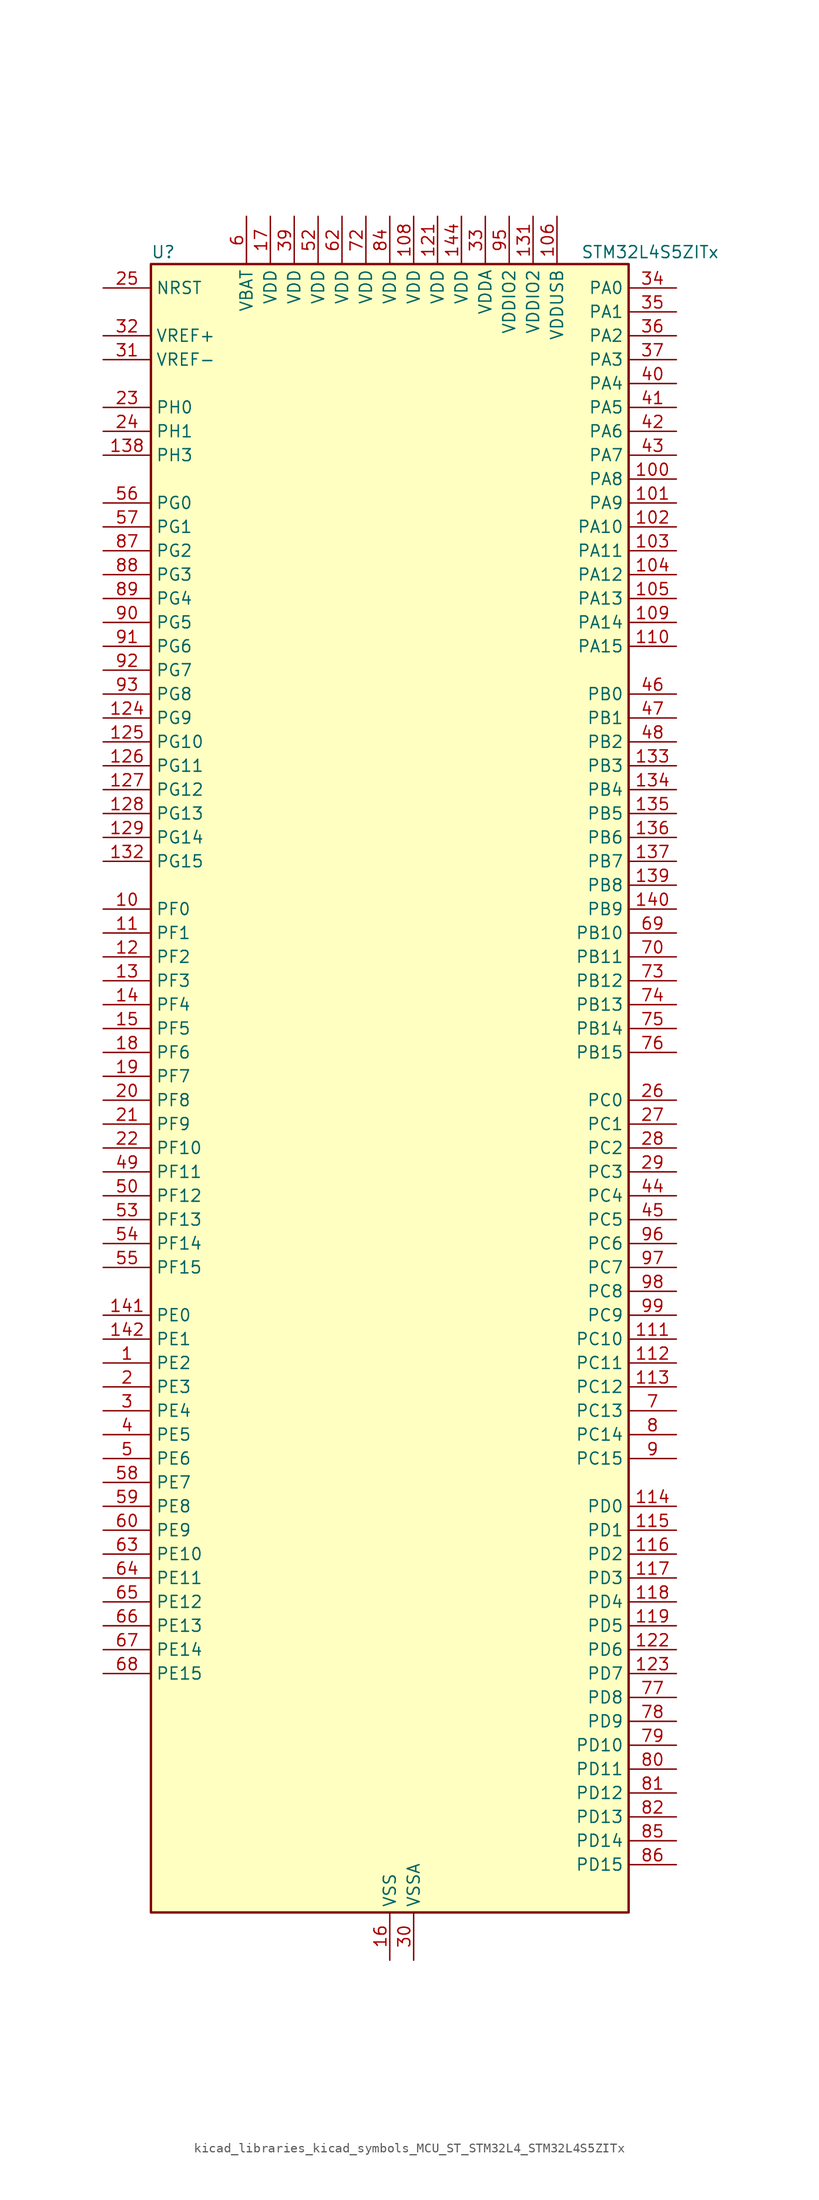
<source format=kicad_sym>
(kicad_symbol_lib
  (version 20220914)
  (generator kicad_symbol_editor)
  (symbol "kicad_libraries_kicad_symbols_MCU_ST_STM32L4_STM32L4S5ZITx"
    (property "Reference" "U"
      (at -25.4 90.17 0)
      (effects (font (size 1.27 1.27)) (justify left)))
    (property "Value" "STM32L4S5ZITx"
      (at 20.32 90.17 0)
      (effects (font (size 1.27 1.27)) (justify left)))
    (property "ki_locked" ""
      (at 0 0 0)
      (effects (font (size 1.27 1.27))))
    (symbol "kicad_libraries_kicad_symbols_MCU_ST_STM32L4_STM32L4S5ZITx_0_1"
      (rectangle (start -25.4 -86.36) (end 25.4 88.9) (stroke (width 0.254) (type default)) (fill (type background))))
    (symbol "kicad_libraries_kicad_symbols_MCU_ST_STM32L4_STM32L4S5ZITx_1_1"
      (pin bidirectional line (at -30.48 -27.94 0) (length 5.08) (name "PE2" (effects (font (size 1.27 1.27)))) (number "1" (effects (font (size 1.27 1.27)))) (alternate "FMC_A23" bidirectional line) (alternate "SAI1_CK1" bidirectional line) (alternate "SAI1_MCLK_A" bidirectional line) (alternate "SYS_TRACECLK" bidirectional line) (alternate "TIM3_ETR" bidirectional line) (alternate "TSC_G7_IO1" bidirectional line))
      (pin bidirectional line (at -30.48 20.32 0) (length 5.08) (name "PF0" (effects (font (size 1.27 1.27)))) (number "10" (effects (font (size 1.27 1.27)))) (alternate "FMC_A0" bidirectional line) (alternate "I2C2_SDA" bidirectional line) (alternate "OCTOSPIM_P2_IO0" bidirectional line))
      (pin bidirectional line (at 30.48 66.04 180) (length 5.08) (name "PA8" (effects (font (size 1.27 1.27)))) (number "100" (effects (font (size 1.27 1.27)))) (alternate "LPTIM2_OUT" bidirectional line) (alternate "RCC_MCO" bidirectional line) (alternate "SAI1_CK2" bidirectional line) (alternate "SAI1_SCK_A" bidirectional line) (alternate "TIM1_CH1" bidirectional line) (alternate "USART1_CK" bidirectional line) (alternate "USB_OTG_FS_SOF" bidirectional line))
      (pin bidirectional line (at 30.48 63.5 180) (length 5.08) (name "PA9" (effects (font (size 1.27 1.27)))) (number "101" (effects (font (size 1.27 1.27)))) (alternate "DAC1_EXTI9" bidirectional line) (alternate "DCMI_D0" bidirectional line) (alternate "SAI1_FS_A" bidirectional line) (alternate "SPI2_SCK" bidirectional line) (alternate "TIM15_BKIN" bidirectional line) (alternate "TIM1_CH2" bidirectional line) (alternate "USART1_TX" bidirectional line) (alternate "USB_OTG_FS_VBUS" bidirectional line))
      (pin bidirectional line (at 30.48 60.96 180) (length 5.08) (name "PA10" (effects (font (size 1.27 1.27)))) (number "102" (effects (font (size 1.27 1.27)))) (alternate "DCMI_D1" bidirectional line) (alternate "SAI1_D1" bidirectional line) (alternate "SAI1_SD_A" bidirectional line) (alternate "TIM17_BKIN" bidirectional line) (alternate "TIM1_CH3" bidirectional line) (alternate "USART1_RX" bidirectional line) (alternate "USB_OTG_FS_ID" bidirectional line))
      (pin bidirectional line (at 30.48 58.42 180) (length 5.08) (name "PA11" (effects (font (size 1.27 1.27)))) (number "103" (effects (font (size 1.27 1.27)))) (alternate "ADC1_EXTI11" bidirectional line) (alternate "CAN1_RX" bidirectional line) (alternate "SPI1_MISO" bidirectional line) (alternate "TIM1_BKIN2" bidirectional line) (alternate "TIM1_CH4" bidirectional line) (alternate "USART1_CTS" bidirectional line) (alternate "USART1_NSS" bidirectional line) (alternate "USB_OTG_FS_DM" bidirectional line))
      (pin bidirectional line (at 30.48 55.88 180) (length 5.08) (name "PA12" (effects (font (size 1.27 1.27)))) (number "104" (effects (font (size 1.27 1.27)))) (alternate "CAN1_TX" bidirectional line) (alternate "SPI1_MOSI" bidirectional line) (alternate "TIM1_ETR" bidirectional line) (alternate "USART1_DE" bidirectional line) (alternate "USART1_RTS" bidirectional line) (alternate "USB_OTG_FS_DP" bidirectional line))
      (pin bidirectional line (at 30.48 53.34 180) (length 5.08) (name "PA13" (effects (font (size 1.27 1.27)))) (number "105" (effects (font (size 1.27 1.27)))) (alternate "IR_OUT" bidirectional line) (alternate "SAI1_SD_B" bidirectional line) (alternate "SYS_JTMS-SWDIO" bidirectional line) (alternate "USB_OTG_FS_NOE" bidirectional line))
      (pin power_in line (at 17.78 93.98 270) (length 5.08) (name "VDDUSB" (effects (font (size 1.27 1.27)))) (number "106" (effects (font (size 1.27 1.27)))))
      (pin passive line (at 0 -91.44 90) (length 5.08) hide (name "VSS" (effects (font (size 1.27 1.27)))) (number "107" (effects (font (size 1.27 1.27)))))
      (pin power_in line (at 2.54 93.98 270) (length 5.08) (name "VDD" (effects (font (size 1.27 1.27)))) (number "108" (effects (font (size 1.27 1.27)))))
      (pin bidirectional line (at 30.48 50.8 180) (length 5.08) (name "PA14" (effects (font (size 1.27 1.27)))) (number "109" (effects (font (size 1.27 1.27)))) (alternate "I2C1_SMBA" bidirectional line) (alternate "I2C4_SMBA" bidirectional line) (alternate "LPTIM1_OUT" bidirectional line) (alternate "SAI1_FS_B" bidirectional line) (alternate "SYS_JTCK-SWCLK" bidirectional line) (alternate "USB_OTG_FS_SOF" bidirectional line))
      (pin bidirectional line (at -30.48 17.78 0) (length 5.08) (name "PF1" (effects (font (size 1.27 1.27)))) (number "11" (effects (font (size 1.27 1.27)))) (alternate "FMC_A1" bidirectional line) (alternate "I2C2_SCL" bidirectional line) (alternate "OCTOSPIM_P2_IO1" bidirectional line))
      (pin bidirectional line (at 30.48 48.26 180) (length 5.08) (name "PA15" (effects (font (size 1.27 1.27)))) (number "110" (effects (font (size 1.27 1.27)))) (alternate "ADC1_EXTI15" bidirectional line) (alternate "SAI2_FS_B" bidirectional line) (alternate "SPI1_NSS" bidirectional line) (alternate "SPI3_NSS" bidirectional line) (alternate "SYS_JTDI" bidirectional line) (alternate "TIM2_CH1" bidirectional line) (alternate "TIM2_ETR" bidirectional line) (alternate "TSC_G3_IO1" bidirectional line) (alternate "UART4_DE" bidirectional line) (alternate "UART4_RTS" bidirectional line) (alternate "USART2_RX" bidirectional line) (alternate "USART3_DE" bidirectional line) (alternate "USART3_RTS" bidirectional line))
      (pin bidirectional line (at 30.48 -25.4 180) (length 5.08) (name "PC10" (effects (font (size 1.27 1.27)))) (number "111" (effects (font (size 1.27 1.27)))) (alternate "DCMI_D8" bidirectional line) (alternate "SAI2_SCK_B" bidirectional line) (alternate "SDMMC1_D2" bidirectional line) (alternate "SPI3_SCK" bidirectional line) (alternate "SYS_TRACED1" bidirectional line) (alternate "TSC_G3_IO2" bidirectional line) (alternate "UART4_TX" bidirectional line) (alternate "USART3_TX" bidirectional line))
      (pin bidirectional line (at 30.48 -27.94 180) (length 5.08) (name "PC11" (effects (font (size 1.27 1.27)))) (number "112" (effects (font (size 1.27 1.27)))) (alternate "ADC1_EXTI11" bidirectional line) (alternate "DCMI_D2" bidirectional line) (alternate "DCMI_D4" bidirectional line) (alternate "OCTOSPIM_P1_NCS" bidirectional line) (alternate "SAI2_MCLK_B" bidirectional line) (alternate "SDMMC1_D3" bidirectional line) (alternate "SPI3_MISO" bidirectional line) (alternate "TSC_G3_IO3" bidirectional line) (alternate "UART4_RX" bidirectional line) (alternate "USART3_RX" bidirectional line))
      (pin bidirectional line (at 30.48 -30.48 180) (length 5.08) (name "PC12" (effects (font (size 1.27 1.27)))) (number "113" (effects (font (size 1.27 1.27)))) (alternate "DCMI_D9" bidirectional line) (alternate "SAI2_SD_B" bidirectional line) (alternate "SDMMC1_CK" bidirectional line) (alternate "SPI3_MOSI" bidirectional line) (alternate "SYS_TRACED3" bidirectional line) (alternate "TSC_G3_IO4" bidirectional line) (alternate "UART5_TX" bidirectional line) (alternate "USART3_CK" bidirectional line))
      (pin bidirectional line (at 30.48 -43.18 180) (length 5.08) (name "PD0" (effects (font (size 1.27 1.27)))) (number "114" (effects (font (size 1.27 1.27)))) (alternate "CAN1_RX" bidirectional line) (alternate "DFSDM1_DATIN7" bidirectional line) (alternate "FMC_D2" bidirectional line) (alternate "FMC_DA2" bidirectional line) (alternate "SPI2_NSS" bidirectional line))
      (pin bidirectional line (at 30.48 -45.72 180) (length 5.08) (name "PD1" (effects (font (size 1.27 1.27)))) (number "115" (effects (font (size 1.27 1.27)))) (alternate "CAN1_TX" bidirectional line) (alternate "DFSDM1_CKIN7" bidirectional line) (alternate "FMC_D3" bidirectional line) (alternate "FMC_DA3" bidirectional line) (alternate "SPI2_SCK" bidirectional line))
      (pin bidirectional line (at 30.48 -48.26 180) (length 5.08) (name "PD2" (effects (font (size 1.27 1.27)))) (number "116" (effects (font (size 1.27 1.27)))) (alternate "DCMI_D11" bidirectional line) (alternate "SDMMC1_CMD" bidirectional line) (alternate "SYS_TRACED2" bidirectional line) (alternate "TIM3_ETR" bidirectional line) (alternate "TSC_SYNC" bidirectional line) (alternate "UART5_RX" bidirectional line) (alternate "USART3_DE" bidirectional line) (alternate "USART3_RTS" bidirectional line))
      (pin bidirectional line (at 30.48 -50.8 180) (length 5.08) (name "PD3" (effects (font (size 1.27 1.27)))) (number "117" (effects (font (size 1.27 1.27)))) (alternate "DCMI_D5" bidirectional line) (alternate "DFSDM1_DATIN0" bidirectional line) (alternate "FMC_CLK" bidirectional line) (alternate "OCTOSPIM_P2_NCS" bidirectional line) (alternate "SPI2_MISO" bidirectional line) (alternate "SPI2_SCK" bidirectional line) (alternate "USART2_CTS" bidirectional line) (alternate "USART2_NSS" bidirectional line))
      (pin bidirectional line (at 30.48 -53.34 180) (length 5.08) (name "PD4" (effects (font (size 1.27 1.27)))) (number "118" (effects (font (size 1.27 1.27)))) (alternate "DFSDM1_CKIN0" bidirectional line) (alternate "FMC_NOE" bidirectional line) (alternate "OCTOSPIM_P1_IO4" bidirectional line) (alternate "SPI2_MOSI" bidirectional line) (alternate "USART2_DE" bidirectional line) (alternate "USART2_RTS" bidirectional line))
      (pin bidirectional line (at 30.48 -55.88 180) (length 5.08) (name "PD5" (effects (font (size 1.27 1.27)))) (number "119" (effects (font (size 1.27 1.27)))) (alternate "FMC_NWE" bidirectional line) (alternate "OCTOSPIM_P1_IO5" bidirectional line) (alternate "USART2_TX" bidirectional line))
      (pin bidirectional line (at -30.48 15.24 0) (length 5.08) (name "PF2" (effects (font (size 1.27 1.27)))) (number "12" (effects (font (size 1.27 1.27)))) (alternate "FMC_A2" bidirectional line) (alternate "I2C2_SMBA" bidirectional line) (alternate "OCTOSPIM_P2_IO2" bidirectional line))
      (pin passive line (at 0 -91.44 90) (length 5.08) hide (name "VSS" (effects (font (size 1.27 1.27)))) (number "120" (effects (font (size 1.27 1.27)))))
      (pin power_in line (at 5.08 93.98 270) (length 5.08) (name "VDD" (effects (font (size 1.27 1.27)))) (number "121" (effects (font (size 1.27 1.27)))))
      (pin bidirectional line (at 30.48 -58.42 180) (length 5.08) (name "PD6" (effects (font (size 1.27 1.27)))) (number "122" (effects (font (size 1.27 1.27)))) (alternate "DCMI_D10" bidirectional line) (alternate "DFSDM1_DATIN1" bidirectional line) (alternate "FMC_NWAIT" bidirectional line) (alternate "OCTOSPIM_P1_IO6" bidirectional line) (alternate "SAI1_D1" bidirectional line) (alternate "SAI1_SD_A" bidirectional line) (alternate "SPI3_MOSI" bidirectional line) (alternate "USART2_RX" bidirectional line))
      (pin bidirectional line (at 30.48 -60.96 180) (length 5.08) (name "PD7" (effects (font (size 1.27 1.27)))) (number "123" (effects (font (size 1.27 1.27)))) (alternate "DFSDM1_CKIN1" bidirectional line) (alternate "FMC_NCE" bidirectional line) (alternate "FMC_NE1" bidirectional line) (alternate "OCTOSPIM_P1_IO7" bidirectional line) (alternate "USART2_CK" bidirectional line))
      (pin bidirectional line (at -30.48 40.64 0) (length 5.08) (name "PG9" (effects (font (size 1.27 1.27)))) (number "124" (effects (font (size 1.27 1.27)))) (alternate "DAC1_EXTI9" bidirectional line) (alternate "FMC_NCE" bidirectional line) (alternate "FMC_NE2" bidirectional line) (alternate "OCTOSPIM_P2_IO6" bidirectional line) (alternate "SAI2_SCK_A" bidirectional line) (alternate "SPI3_SCK" bidirectional line) (alternate "TIM15_CH1N" bidirectional line) (alternate "USART1_TX" bidirectional line))
      (pin bidirectional line (at -30.48 38.1 0) (length 5.08) (name "PG10" (effects (font (size 1.27 1.27)))) (number "125" (effects (font (size 1.27 1.27)))) (alternate "FMC_NE3" bidirectional line) (alternate "LPTIM1_IN1" bidirectional line) (alternate "OCTOSPIM_P2_IO7" bidirectional line) (alternate "SAI2_FS_A" bidirectional line) (alternate "SPI3_MISO" bidirectional line) (alternate "TIM15_CH1" bidirectional line) (alternate "USART1_RX" bidirectional line))
      (pin bidirectional line (at -30.48 35.56 0) (length 5.08) (name "PG11" (effects (font (size 1.27 1.27)))) (number "126" (effects (font (size 1.27 1.27)))) (alternate "ADC1_EXTI11" bidirectional line) (alternate "LPTIM1_IN2" bidirectional line) (alternate "OCTOSPIM_P1_IO5" bidirectional line) (alternate "SAI2_MCLK_A" bidirectional line) (alternate "SPI3_MOSI" bidirectional line) (alternate "TIM15_CH2" bidirectional line) (alternate "USART1_CTS" bidirectional line) (alternate "USART1_NSS" bidirectional line))
      (pin bidirectional line (at -30.48 33.02 0) (length 5.08) (name "PG12" (effects (font (size 1.27 1.27)))) (number "127" (effects (font (size 1.27 1.27)))) (alternate "FMC_NE4" bidirectional line) (alternate "LPTIM1_ETR" bidirectional line) (alternate "OCTOSPIM_P2_NCS" bidirectional line) (alternate "SAI2_SD_A" bidirectional line) (alternate "SPI3_NSS" bidirectional line) (alternate "USART1_DE" bidirectional line) (alternate "USART1_RTS" bidirectional line))
      (pin bidirectional line (at -30.48 30.48 0) (length 5.08) (name "PG13" (effects (font (size 1.27 1.27)))) (number "128" (effects (font (size 1.27 1.27)))) (alternate "FMC_A24" bidirectional line) (alternate "I2C1_SDA" bidirectional line) (alternate "USART1_CK" bidirectional line))
      (pin bidirectional line (at -30.48 27.94 0) (length 5.08) (name "PG14" (effects (font (size 1.27 1.27)))) (number "129" (effects (font (size 1.27 1.27)))) (alternate "FMC_A25" bidirectional line) (alternate "I2C1_SCL" bidirectional line))
      (pin bidirectional line (at -30.48 12.7 0) (length 5.08) (name "PF3" (effects (font (size 1.27 1.27)))) (number "13" (effects (font (size 1.27 1.27)))) (alternate "FMC_A3" bidirectional line) (alternate "OCTOSPIM_P2_IO3" bidirectional line))
      (pin passive line (at 0 -91.44 90) (length 5.08) hide (name "VSS" (effects (font (size 1.27 1.27)))) (number "130" (effects (font (size 1.27 1.27)))))
      (pin power_in line (at 15.24 93.98 270) (length 5.08) (name "VDDIO2" (effects (font (size 1.27 1.27)))) (number "131" (effects (font (size 1.27 1.27)))))
      (pin bidirectional line (at -30.48 25.4 0) (length 5.08) (name "PG15" (effects (font (size 1.27 1.27)))) (number "132" (effects (font (size 1.27 1.27)))) (alternate "ADC1_EXTI15" bidirectional line) (alternate "DCMI_D13" bidirectional line) (alternate "I2C1_SMBA" bidirectional line) (alternate "LPTIM1_OUT" bidirectional line) (alternate "OCTOSPIM_P2_DQS" bidirectional line))
      (pin bidirectional line (at 30.48 35.56 180) (length 5.08) (name "PB3" (effects (font (size 1.27 1.27)))) (number "133" (effects (font (size 1.27 1.27)))) (alternate "COMP2_INM" bidirectional line) (alternate "CRS_SYNC" bidirectional line) (alternate "SAI1_SCK_B" bidirectional line) (alternate "SPI1_SCK" bidirectional line) (alternate "SPI3_SCK" bidirectional line) (alternate "SYS_JTDO-SWO" bidirectional line) (alternate "TIM2_CH2" bidirectional line) (alternate "USART1_DE" bidirectional line) (alternate "USART1_RTS" bidirectional line))
      (pin bidirectional line (at 30.48 33.02 180) (length 5.08) (name "PB4" (effects (font (size 1.27 1.27)))) (number "134" (effects (font (size 1.27 1.27)))) (alternate "COMP2_INP" bidirectional line) (alternate "DCMI_D12" bidirectional line) (alternate "I2C3_SDA" bidirectional line) (alternate "SAI1_MCLK_B" bidirectional line) (alternate "SPI1_MISO" bidirectional line) (alternate "SPI3_MISO" bidirectional line) (alternate "SYS_JTRST" bidirectional line) (alternate "TIM17_BKIN" bidirectional line) (alternate "TIM3_CH1" bidirectional line) (alternate "TSC_G2_IO1" bidirectional line) (alternate "UART5_DE" bidirectional line) (alternate "UART5_RTS" bidirectional line) (alternate "USART1_CTS" bidirectional line) (alternate "USART1_NSS" bidirectional line))
      (pin bidirectional line (at 30.48 30.48 180) (length 5.08) (name "PB5" (effects (font (size 1.27 1.27)))) (number "135" (effects (font (size 1.27 1.27)))) (alternate "COMP2_OUT" bidirectional line) (alternate "DCMI_D10" bidirectional line) (alternate "I2C1_SMBA" bidirectional line) (alternate "LPTIM1_IN1" bidirectional line) (alternate "SAI1_SD_B" bidirectional line) (alternate "SPI1_MOSI" bidirectional line) (alternate "SPI3_MOSI" bidirectional line) (alternate "TIM16_BKIN" bidirectional line) (alternate "TIM3_CH2" bidirectional line) (alternate "TSC_G2_IO2" bidirectional line) (alternate "UART5_CTS" bidirectional line) (alternate "USART1_CK" bidirectional line))
      (pin bidirectional line (at 30.48 27.94 180) (length 5.08) (name "PB6" (effects (font (size 1.27 1.27)))) (number "136" (effects (font (size 1.27 1.27)))) (alternate "COMP2_INP" bidirectional line) (alternate "DCMI_D5" bidirectional line) (alternate "DFSDM1_DATIN5" bidirectional line) (alternate "I2C1_SCL" bidirectional line) (alternate "I2C4_SCL" bidirectional line) (alternate "LPTIM1_ETR" bidirectional line) (alternate "SAI1_FS_B" bidirectional line) (alternate "TIM16_CH1N" bidirectional line) (alternate "TIM4_CH1" bidirectional line) (alternate "TIM8_BKIN2" bidirectional line) (alternate "TSC_G2_IO3" bidirectional line) (alternate "USART1_TX" bidirectional line))
      (pin bidirectional line (at 30.48 25.4 180) (length 5.08) (name "PB7" (effects (font (size 1.27 1.27)))) (number "137" (effects (font (size 1.27 1.27)))) (alternate "COMP2_INM" bidirectional line) (alternate "DCMI_VSYNC" bidirectional line) (alternate "DFSDM1_CKIN5" bidirectional line) (alternate "FMC_NL" bidirectional line) (alternate "I2C1_SDA" bidirectional line) (alternate "I2C4_SDA" bidirectional line) (alternate "LPTIM1_IN2" bidirectional line) (alternate "SYS_PVD_IN" bidirectional line) (alternate "TIM17_CH1N" bidirectional line) (alternate "TIM4_CH2" bidirectional line) (alternate "TIM8_BKIN" bidirectional line) (alternate "TSC_G2_IO4" bidirectional line) (alternate "UART4_CTS" bidirectional line) (alternate "USART1_RX" bidirectional line))
      (pin bidirectional line (at -30.48 68.58 0) (length 5.08) (name "PH3" (effects (font (size 1.27 1.27)))) (number "138" (effects (font (size 1.27 1.27)))))
      (pin bidirectional line (at 30.48 22.86 180) (length 5.08) (name "PB8" (effects (font (size 1.27 1.27)))) (number "139" (effects (font (size 1.27 1.27)))) (alternate "CAN1_RX" bidirectional line) (alternate "DCMI_D6" bidirectional line) (alternate "DFSDM1_CKOUT" bidirectional line) (alternate "DFSDM1_DATIN6" bidirectional line) (alternate "I2C1_SCL" bidirectional line) (alternate "SAI1_CK1" bidirectional line) (alternate "SAI1_MCLK_A" bidirectional line) (alternate "SDMMC1_CKIN" bidirectional line) (alternate "SDMMC1_D4" bidirectional line) (alternate "TIM16_CH1" bidirectional line) (alternate "TIM4_CH3" bidirectional line))
      (pin bidirectional line (at -30.48 10.16 0) (length 5.08) (name "PF4" (effects (font (size 1.27 1.27)))) (number "14" (effects (font (size 1.27 1.27)))) (alternate "FMC_A4" bidirectional line) (alternate "OCTOSPIM_P2_CLK" bidirectional line))
      (pin bidirectional line (at 30.48 20.32 180) (length 5.08) (name "PB9" (effects (font (size 1.27 1.27)))) (number "140" (effects (font (size 1.27 1.27)))) (alternate "CAN1_TX" bidirectional line) (alternate "DAC1_EXTI9" bidirectional line) (alternate "DCMI_D7" bidirectional line) (alternate "DFSDM1_CKIN6" bidirectional line) (alternate "I2C1_SDA" bidirectional line) (alternate "IR_OUT" bidirectional line) (alternate "SAI1_D2" bidirectional line) (alternate "SAI1_FS_A" bidirectional line) (alternate "SDMMC1_CDIR" bidirectional line) (alternate "SDMMC1_D5" bidirectional line) (alternate "SPI2_NSS" bidirectional line) (alternate "TIM17_CH1" bidirectional line) (alternate "TIM4_CH4" bidirectional line))
      (pin bidirectional line (at -30.48 -22.86 0) (length 5.08) (name "PE0" (effects (font (size 1.27 1.27)))) (number "141" (effects (font (size 1.27 1.27)))) (alternate "DCMI_D2" bidirectional line) (alternate "FMC_NBL0" bidirectional line) (alternate "TIM16_CH1" bidirectional line) (alternate "TIM4_ETR" bidirectional line))
      (pin bidirectional line (at -30.48 -25.4 0) (length 5.08) (name "PE1" (effects (font (size 1.27 1.27)))) (number "142" (effects (font (size 1.27 1.27)))) (alternate "DCMI_D3" bidirectional line) (alternate "FMC_NBL1" bidirectional line) (alternate "TIM17_CH1" bidirectional line))
      (pin passive line (at 0 -91.44 90) (length 5.08) hide (name "VSS" (effects (font (size 1.27 1.27)))) (number "143" (effects (font (size 1.27 1.27)))))
      (pin power_in line (at 7.62 93.98 270) (length 5.08) (name "VDD" (effects (font (size 1.27 1.27)))) (number "144" (effects (font (size 1.27 1.27)))))
      (pin bidirectional line (at -30.48 7.62 0) (length 5.08) (name "PF5" (effects (font (size 1.27 1.27)))) (number "15" (effects (font (size 1.27 1.27)))) (alternate "FMC_A5" bidirectional line))
      (pin power_in line (at 0 -91.44 90) (length 5.08) (name "VSS" (effects (font (size 1.27 1.27)))) (number "16" (effects (font (size 1.27 1.27)))))
      (pin power_in line (at -12.7 93.98 270) (length 5.08) (name "VDD" (effects (font (size 1.27 1.27)))) (number "17" (effects (font (size 1.27 1.27)))))
      (pin bidirectional line (at -30.48 5.08 0) (length 5.08) (name "PF6" (effects (font (size 1.27 1.27)))) (number "18" (effects (font (size 1.27 1.27)))) (alternate "OCTOSPIM_P1_IO3" bidirectional line) (alternate "SAI1_SD_B" bidirectional line) (alternate "TIM5_CH1" bidirectional line) (alternate "TIM5_ETR" bidirectional line))
      (pin bidirectional line (at -30.48 2.54 0) (length 5.08) (name "PF7" (effects (font (size 1.27 1.27)))) (number "19" (effects (font (size 1.27 1.27)))) (alternate "OCTOSPIM_P1_IO2" bidirectional line) (alternate "SAI1_MCLK_B" bidirectional line) (alternate "TIM5_CH2" bidirectional line))
      (pin bidirectional line (at -30.48 -30.48 0) (length 5.08) (name "PE3" (effects (font (size 1.27 1.27)))) (number "2" (effects (font (size 1.27 1.27)))) (alternate "FMC_A19" bidirectional line) (alternate "OCTOSPIM_P1_DQS" bidirectional line) (alternate "SAI1_SD_B" bidirectional line) (alternate "SYS_TRACED0" bidirectional line) (alternate "TIM3_CH1" bidirectional line) (alternate "TSC_G7_IO2" bidirectional line))
      (pin bidirectional line (at -30.48 0 0) (length 5.08) (name "PF8" (effects (font (size 1.27 1.27)))) (number "20" (effects (font (size 1.27 1.27)))) (alternate "OCTOSPIM_P1_IO0" bidirectional line) (alternate "SAI1_SCK_B" bidirectional line) (alternate "TIM5_CH3" bidirectional line))
      (pin bidirectional line (at -30.48 -2.54 0) (length 5.08) (name "PF9" (effects (font (size 1.27 1.27)))) (number "21" (effects (font (size 1.27 1.27)))) (alternate "DAC1_EXTI9" bidirectional line) (alternate "OCTOSPIM_P1_IO1" bidirectional line) (alternate "SAI1_FS_B" bidirectional line) (alternate "TIM15_CH1" bidirectional line) (alternate "TIM5_CH4" bidirectional line))
      (pin bidirectional line (at -30.48 -5.08 0) (length 5.08) (name "PF10" (effects (font (size 1.27 1.27)))) (number "22" (effects (font (size 1.27 1.27)))) (alternate "DCMI_D11" bidirectional line) (alternate "DFSDM1_CKOUT" bidirectional line) (alternate "OCTOSPIM_P1_CLK" bidirectional line) (alternate "SAI1_D3" bidirectional line) (alternate "TIM15_CH2" bidirectional line))
      (pin bidirectional line (at -30.48 73.66 0) (length 5.08) (name "PH0" (effects (font (size 1.27 1.27)))) (number "23" (effects (font (size 1.27 1.27)))) (alternate "RCC_OSC_IN" bidirectional line))
      (pin bidirectional line (at -30.48 71.12 0) (length 5.08) (name "PH1" (effects (font (size 1.27 1.27)))) (number "24" (effects (font (size 1.27 1.27)))) (alternate "RCC_OSC_OUT" bidirectional line))
      (pin input line (at -30.48 86.36 0) (length 5.08) (name "NRST" (effects (font (size 1.27 1.27)))) (number "25" (effects (font (size 1.27 1.27)))))
      (pin bidirectional line (at 30.48 0 180) (length 5.08) (name "PC0" (effects (font (size 1.27 1.27)))) (number "26" (effects (font (size 1.27 1.27)))) (alternate "ADC1_IN1" bidirectional line) (alternate "DFSDM1_DATIN4" bidirectional line) (alternate "I2C3_SCL" bidirectional line) (alternate "LPTIM1_IN1" bidirectional line) (alternate "LPTIM2_IN1" bidirectional line) (alternate "LPUART1_RX" bidirectional line) (alternate "SAI2_FS_A" bidirectional line))
      (pin bidirectional line (at 30.48 -2.54 180) (length 5.08) (name "PC1" (effects (font (size 1.27 1.27)))) (number "27" (effects (font (size 1.27 1.27)))) (alternate "ADC1_IN2" bidirectional line) (alternate "DFSDM1_CKIN4" bidirectional line) (alternate "I2C3_SDA" bidirectional line) (alternate "LPTIM1_OUT" bidirectional line) (alternate "LPUART1_TX" bidirectional line) (alternate "OCTOSPIM_P1_IO4" bidirectional line) (alternate "SAI1_SD_A" bidirectional line) (alternate "SPI2_MOSI" bidirectional line) (alternate "SYS_TRACED0" bidirectional line))
      (pin bidirectional line (at 30.48 -5.08 180) (length 5.08) (name "PC2" (effects (font (size 1.27 1.27)))) (number "28" (effects (font (size 1.27 1.27)))) (alternate "ADC1_IN3" bidirectional line) (alternate "DFSDM1_CKOUT" bidirectional line) (alternate "LPTIM1_IN2" bidirectional line) (alternate "OCTOSPIM_P1_IO5" bidirectional line) (alternate "SPI2_MISO" bidirectional line))
      (pin bidirectional line (at 30.48 -7.62 180) (length 5.08) (name "PC3" (effects (font (size 1.27 1.27)))) (number "29" (effects (font (size 1.27 1.27)))) (alternate "ADC1_IN4" bidirectional line) (alternate "LPTIM1_ETR" bidirectional line) (alternate "LPTIM2_ETR" bidirectional line) (alternate "OCTOSPIM_P1_IO6" bidirectional line) (alternate "SAI1_D1" bidirectional line) (alternate "SAI1_SD_A" bidirectional line) (alternate "SPI2_MOSI" bidirectional line))
      (pin bidirectional line (at -30.48 -33.02 0) (length 5.08) (name "PE4" (effects (font (size 1.27 1.27)))) (number "3" (effects (font (size 1.27 1.27)))) (alternate "DCMI_D4" bidirectional line) (alternate "DFSDM1_DATIN3" bidirectional line) (alternate "FMC_A20" bidirectional line) (alternate "SAI1_D2" bidirectional line) (alternate "SAI1_FS_A" bidirectional line) (alternate "SYS_TRACED1" bidirectional line) (alternate "TIM3_CH2" bidirectional line) (alternate "TSC_G7_IO3" bidirectional line))
      (pin power_in line (at 2.54 -91.44 90) (length 5.08) (name "VSSA" (effects (font (size 1.27 1.27)))) (number "30" (effects (font (size 1.27 1.27)))))
      (pin input line (at -30.48 78.74 0) (length 5.08) (name "VREF-" (effects (font (size 1.27 1.27)))) (number "31" (effects (font (size 1.27 1.27)))))
      (pin input line (at -30.48 81.28 0) (length 5.08) (name "VREF+" (effects (font (size 1.27 1.27)))) (number "32" (effects (font (size 1.27 1.27)))) (alternate "VREFBUF_OUT" bidirectional line))
      (pin power_in line (at 10.16 93.98 270) (length 5.08) (name "VDDA" (effects (font (size 1.27 1.27)))) (number "33" (effects (font (size 1.27 1.27)))))
      (pin bidirectional line (at 30.48 86.36 180) (length 5.08) (name "PA0" (effects (font (size 1.27 1.27)))) (number "34" (effects (font (size 1.27 1.27)))) (alternate "ADC1_IN5" bidirectional line) (alternate "OPAMP1_VINP" bidirectional line) (alternate "RTC_TAMP2" bidirectional line) (alternate "SAI1_EXTCLK" bidirectional line) (alternate "SYS_WKUP1" bidirectional line) (alternate "TIM2_CH1" bidirectional line) (alternate "TIM2_ETR" bidirectional line) (alternate "TIM5_CH1" bidirectional line) (alternate "TIM8_ETR" bidirectional line) (alternate "UART4_TX" bidirectional line) (alternate "USART2_CTS" bidirectional line) (alternate "USART2_NSS" bidirectional line))
      (pin bidirectional line (at 30.48 83.82 180) (length 5.08) (name "PA1" (effects (font (size 1.27 1.27)))) (number "35" (effects (font (size 1.27 1.27)))) (alternate "ADC1_IN6" bidirectional line) (alternate "I2C1_SMBA" bidirectional line) (alternate "OCTOSPIM_P1_DQS" bidirectional line) (alternate "OPAMP1_VINM" bidirectional line) (alternate "SPI1_SCK" bidirectional line) (alternate "TIM15_CH1N" bidirectional line) (alternate "TIM2_CH2" bidirectional line) (alternate "TIM5_CH2" bidirectional line) (alternate "UART4_RX" bidirectional line) (alternate "USART2_DE" bidirectional line) (alternate "USART2_RTS" bidirectional line))
      (pin bidirectional line (at 30.48 81.28 180) (length 5.08) (name "PA2" (effects (font (size 1.27 1.27)))) (number "36" (effects (font (size 1.27 1.27)))) (alternate "ADC1_IN7" bidirectional line) (alternate "LPUART1_TX" bidirectional line) (alternate "OCTOSPIM_P1_NCS" bidirectional line) (alternate "RCC_LSCO" bidirectional line) (alternate "SAI2_EXTCLK" bidirectional line) (alternate "SYS_WKUP4" bidirectional line) (alternate "TIM15_CH1" bidirectional line) (alternate "TIM2_CH3" bidirectional line) (alternate "TIM5_CH3" bidirectional line) (alternate "USART2_TX" bidirectional line))
      (pin bidirectional line (at 30.48 78.74 180) (length 5.08) (name "PA3" (effects (font (size 1.27 1.27)))) (number "37" (effects (font (size 1.27 1.27)))) (alternate "ADC1_IN8" bidirectional line) (alternate "LPUART1_RX" bidirectional line) (alternate "OCTOSPIM_P1_CLK" bidirectional line) (alternate "OPAMP1_VOUT" bidirectional line) (alternate "SAI1_CK1" bidirectional line) (alternate "SAI1_MCLK_A" bidirectional line) (alternate "TIM15_CH2" bidirectional line) (alternate "TIM2_CH4" bidirectional line) (alternate "TIM5_CH4" bidirectional line) (alternate "USART2_RX" bidirectional line))
      (pin passive line (at 0 -91.44 90) (length 5.08) hide (name "VSS" (effects (font (size 1.27 1.27)))) (number "38" (effects (font (size 1.27 1.27)))))
      (pin power_in line (at -10.16 93.98 270) (length 5.08) (name "VDD" (effects (font (size 1.27 1.27)))) (number "39" (effects (font (size 1.27 1.27)))))
      (pin bidirectional line (at -30.48 -35.56 0) (length 5.08) (name "PE5" (effects (font (size 1.27 1.27)))) (number "4" (effects (font (size 1.27 1.27)))) (alternate "DCMI_D6" bidirectional line) (alternate "DFSDM1_CKIN3" bidirectional line) (alternate "FMC_A21" bidirectional line) (alternate "SAI1_CK2" bidirectional line) (alternate "SAI1_SCK_A" bidirectional line) (alternate "SYS_TRACED2" bidirectional line) (alternate "TIM3_CH3" bidirectional line) (alternate "TSC_G7_IO4" bidirectional line))
      (pin bidirectional line (at 30.48 76.2 180) (length 5.08) (name "PA4" (effects (font (size 1.27 1.27)))) (number "40" (effects (font (size 1.27 1.27)))) (alternate "ADC1_IN9" bidirectional line) (alternate "DAC1_OUT1" bidirectional line) (alternate "DCMI_HSYNC" bidirectional line) (alternate "LPTIM2_OUT" bidirectional line) (alternate "OCTOSPIM_P1_NCS" bidirectional line) (alternate "SAI1_FS_B" bidirectional line) (alternate "SPI1_NSS" bidirectional line) (alternate "SPI3_NSS" bidirectional line) (alternate "USART2_CK" bidirectional line))
      (pin bidirectional line (at 30.48 73.66 180) (length 5.08) (name "PA5" (effects (font (size 1.27 1.27)))) (number "41" (effects (font (size 1.27 1.27)))) (alternate "ADC1_IN10" bidirectional line) (alternate "DAC1_OUT2" bidirectional line) (alternate "LPTIM2_ETR" bidirectional line) (alternate "SPI1_SCK" bidirectional line) (alternate "TIM2_CH1" bidirectional line) (alternate "TIM2_ETR" bidirectional line) (alternate "TIM8_CH1N" bidirectional line))
      (pin bidirectional line (at 30.48 71.12 180) (length 5.08) (name "PA6" (effects (font (size 1.27 1.27)))) (number "42" (effects (font (size 1.27 1.27)))) (alternate "ADC1_IN11" bidirectional line) (alternate "DCMI_PIXCLK" bidirectional line) (alternate "LPUART1_CTS" bidirectional line) (alternate "OCTOSPIM_P1_IO3" bidirectional line) (alternate "OPAMP2_VINP" bidirectional line) (alternate "SPI1_MISO" bidirectional line) (alternate "TIM16_CH1" bidirectional line) (alternate "TIM1_BKIN" bidirectional line) (alternate "TIM3_CH1" bidirectional line) (alternate "TIM8_BKIN" bidirectional line) (alternate "USART3_CTS" bidirectional line) (alternate "USART3_NSS" bidirectional line))
      (pin bidirectional line (at 30.48 68.58 180) (length 5.08) (name "PA7" (effects (font (size 1.27 1.27)))) (number "43" (effects (font (size 1.27 1.27)))) (alternate "ADC1_IN12" bidirectional line) (alternate "I2C3_SCL" bidirectional line) (alternate "OCTOSPIM_P1_IO2" bidirectional line) (alternate "OPAMP2_VINM" bidirectional line) (alternate "SPI1_MOSI" bidirectional line) (alternate "TIM17_CH1" bidirectional line) (alternate "TIM1_CH1N" bidirectional line) (alternate "TIM3_CH2" bidirectional line) (alternate "TIM8_CH1N" bidirectional line))
      (pin bidirectional line (at 30.48 -10.16 180) (length 5.08) (name "PC4" (effects (font (size 1.27 1.27)))) (number "44" (effects (font (size 1.27 1.27)))) (alternate "ADC1_IN13" bidirectional line) (alternate "COMP1_INM" bidirectional line) (alternate "OCTOSPIM_P1_IO7" bidirectional line) (alternate "USART3_TX" bidirectional line))
      (pin bidirectional line (at 30.48 -12.7 180) (length 5.08) (name "PC5" (effects (font (size 1.27 1.27)))) (number "45" (effects (font (size 1.27 1.27)))) (alternate "ADC1_IN14" bidirectional line) (alternate "COMP1_INP" bidirectional line) (alternate "SAI1_D3" bidirectional line) (alternate "SYS_WKUP5" bidirectional line) (alternate "USART3_RX" bidirectional line))
      (pin bidirectional line (at 30.48 43.18 180) (length 5.08) (name "PB0" (effects (font (size 1.27 1.27)))) (number "46" (effects (font (size 1.27 1.27)))) (alternate "ADC1_IN15" bidirectional line) (alternate "COMP1_OUT" bidirectional line) (alternate "OCTOSPIM_P1_IO1" bidirectional line) (alternate "OPAMP2_VOUT" bidirectional line) (alternate "SAI1_EXTCLK" bidirectional line) (alternate "SPI1_NSS" bidirectional line) (alternate "TIM1_CH2N" bidirectional line) (alternate "TIM3_CH3" bidirectional line) (alternate "TIM8_CH2N" bidirectional line) (alternate "USART3_CK" bidirectional line))
      (pin bidirectional line (at 30.48 40.64 180) (length 5.08) (name "PB1" (effects (font (size 1.27 1.27)))) (number "47" (effects (font (size 1.27 1.27)))) (alternate "ADC1_IN16" bidirectional line) (alternate "COMP1_INM" bidirectional line) (alternate "DFSDM1_DATIN0" bidirectional line) (alternate "LPTIM2_IN1" bidirectional line) (alternate "LPUART1_DE" bidirectional line) (alternate "LPUART1_RTS" bidirectional line) (alternate "OCTOSPIM_P1_IO0" bidirectional line) (alternate "TIM1_CH3N" bidirectional line) (alternate "TIM3_CH4" bidirectional line) (alternate "TIM8_CH3N" bidirectional line) (alternate "USART3_DE" bidirectional line) (alternate "USART3_RTS" bidirectional line))
      (pin bidirectional line (at 30.48 38.1 180) (length 5.08) (name "PB2" (effects (font (size 1.27 1.27)))) (number "48" (effects (font (size 1.27 1.27)))) (alternate "COMP1_INP" bidirectional line) (alternate "DFSDM1_CKIN0" bidirectional line) (alternate "I2C3_SMBA" bidirectional line) (alternate "LPTIM1_OUT" bidirectional line) (alternate "OCTOSPIM_P1_DQS" bidirectional line) (alternate "RTC_OUT_ALARM" bidirectional line) (alternate "RTC_OUT_CALIB" bidirectional line))
      (pin bidirectional line (at -30.48 -7.62 0) (length 5.08) (name "PF11" (effects (font (size 1.27 1.27)))) (number "49" (effects (font (size 1.27 1.27)))) (alternate "ADC1_EXTI11" bidirectional line) (alternate "DCMI_D12" bidirectional line))
      (pin bidirectional line (at -30.48 -38.1 0) (length 5.08) (name "PE6" (effects (font (size 1.27 1.27)))) (number "5" (effects (font (size 1.27 1.27)))) (alternate "DCMI_D7" bidirectional line) (alternate "FMC_A22" bidirectional line) (alternate "RTC_TAMP3" bidirectional line) (alternate "SAI1_D1" bidirectional line) (alternate "SAI1_SD_A" bidirectional line) (alternate "SYS_TRACED3" bidirectional line) (alternate "SYS_WKUP3" bidirectional line) (alternate "TIM3_CH4" bidirectional line))
      (pin bidirectional line (at -30.48 -10.16 0) (length 5.08) (name "PF12" (effects (font (size 1.27 1.27)))) (number "50" (effects (font (size 1.27 1.27)))) (alternate "FMC_A6" bidirectional line) (alternate "OCTOSPIM_P2_DQS" bidirectional line))
      (pin passive line (at 0 -91.44 90) (length 5.08) hide (name "VSS" (effects (font (size 1.27 1.27)))) (number "51" (effects (font (size 1.27 1.27)))))
      (pin power_in line (at -7.62 93.98 270) (length 5.08) (name "VDD" (effects (font (size 1.27 1.27)))) (number "52" (effects (font (size 1.27 1.27)))))
      (pin bidirectional line (at -30.48 -12.7 0) (length 5.08) (name "PF13" (effects (font (size 1.27 1.27)))) (number "53" (effects (font (size 1.27 1.27)))) (alternate "DFSDM1_DATIN6" bidirectional line) (alternate "FMC_A7" bidirectional line) (alternate "I2C4_SMBA" bidirectional line))
      (pin bidirectional line (at -30.48 -15.24 0) (length 5.08) (name "PF14" (effects (font (size 1.27 1.27)))) (number "54" (effects (font (size 1.27 1.27)))) (alternate "DFSDM1_CKIN6" bidirectional line) (alternate "FMC_A8" bidirectional line) (alternate "I2C4_SCL" bidirectional line) (alternate "TSC_G8_IO1" bidirectional line))
      (pin bidirectional line (at -30.48 -17.78 0) (length 5.08) (name "PF15" (effects (font (size 1.27 1.27)))) (number "55" (effects (font (size 1.27 1.27)))) (alternate "ADC1_EXTI15" bidirectional line) (alternate "FMC_A9" bidirectional line) (alternate "I2C4_SDA" bidirectional line) (alternate "TSC_G8_IO2" bidirectional line))
      (pin bidirectional line (at -30.48 63.5 0) (length 5.08) (name "PG0" (effects (font (size 1.27 1.27)))) (number "56" (effects (font (size 1.27 1.27)))) (alternate "FMC_A10" bidirectional line) (alternate "OCTOSPIM_P2_IO4" bidirectional line) (alternate "TSC_G8_IO3" bidirectional line))
      (pin bidirectional line (at -30.48 60.96 0) (length 5.08) (name "PG1" (effects (font (size 1.27 1.27)))) (number "57" (effects (font (size 1.27 1.27)))) (alternate "FMC_A11" bidirectional line) (alternate "OCTOSPIM_P2_IO5" bidirectional line) (alternate "TSC_G8_IO4" bidirectional line))
      (pin bidirectional line (at -30.48 -40.64 0) (length 5.08) (name "PE7" (effects (font (size 1.27 1.27)))) (number "58" (effects (font (size 1.27 1.27)))) (alternate "DFSDM1_DATIN2" bidirectional line) (alternate "FMC_D4" bidirectional line) (alternate "FMC_DA4" bidirectional line) (alternate "SAI1_SD_B" bidirectional line) (alternate "TIM1_ETR" bidirectional line))
      (pin bidirectional line (at -30.48 -43.18 0) (length 5.08) (name "PE8" (effects (font (size 1.27 1.27)))) (number "59" (effects (font (size 1.27 1.27)))) (alternate "DFSDM1_CKIN2" bidirectional line) (alternate "FMC_D5" bidirectional line) (alternate "FMC_DA5" bidirectional line) (alternate "SAI1_SCK_B" bidirectional line) (alternate "TIM1_CH1N" bidirectional line))
      (pin power_in line (at -15.24 93.98 270) (length 5.08) (name "VBAT" (effects (font (size 1.27 1.27)))) (number "6" (effects (font (size 1.27 1.27)))))
      (pin bidirectional line (at -30.48 -45.72 0) (length 5.08) (name "PE9" (effects (font (size 1.27 1.27)))) (number "60" (effects (font (size 1.27 1.27)))) (alternate "DAC1_EXTI9" bidirectional line) (alternate "DFSDM1_CKOUT" bidirectional line) (alternate "FMC_D6" bidirectional line) (alternate "FMC_DA6" bidirectional line) (alternate "SAI1_FS_B" bidirectional line) (alternate "TIM1_CH1" bidirectional line))
      (pin passive line (at 0 -91.44 90) (length 5.08) hide (name "VSS" (effects (font (size 1.27 1.27)))) (number "61" (effects (font (size 1.27 1.27)))))
      (pin power_in line (at -5.08 93.98 270) (length 5.08) (name "VDD" (effects (font (size 1.27 1.27)))) (number "62" (effects (font (size 1.27 1.27)))))
      (pin bidirectional line (at -30.48 -48.26 0) (length 5.08) (name "PE10" (effects (font (size 1.27 1.27)))) (number "63" (effects (font (size 1.27 1.27)))) (alternate "DFSDM1_DATIN4" bidirectional line) (alternate "FMC_D7" bidirectional line) (alternate "FMC_DA7" bidirectional line) (alternate "OCTOSPIM_P1_CLK" bidirectional line) (alternate "SAI1_MCLK_B" bidirectional line) (alternate "TIM1_CH2N" bidirectional line) (alternate "TSC_G5_IO1" bidirectional line))
      (pin bidirectional line (at -30.48 -50.8 0) (length 5.08) (name "PE11" (effects (font (size 1.27 1.27)))) (number "64" (effects (font (size 1.27 1.27)))) (alternate "ADC1_EXTI11" bidirectional line) (alternate "DFSDM1_CKIN4" bidirectional line) (alternate "FMC_D8" bidirectional line) (alternate "FMC_DA8" bidirectional line) (alternate "OCTOSPIM_P1_NCS" bidirectional line) (alternate "TIM1_CH2" bidirectional line) (alternate "TSC_G5_IO2" bidirectional line))
      (pin bidirectional line (at -30.48 -53.34 0) (length 5.08) (name "PE12" (effects (font (size 1.27 1.27)))) (number "65" (effects (font (size 1.27 1.27)))) (alternate "DFSDM1_DATIN5" bidirectional line) (alternate "FMC_D9" bidirectional line) (alternate "FMC_DA9" bidirectional line) (alternate "OCTOSPIM_P1_IO0" bidirectional line) (alternate "SPI1_NSS" bidirectional line) (alternate "TIM1_CH3N" bidirectional line) (alternate "TSC_G5_IO3" bidirectional line))
      (pin bidirectional line (at -30.48 -55.88 0) (length 5.08) (name "PE13" (effects (font (size 1.27 1.27)))) (number "66" (effects (font (size 1.27 1.27)))) (alternate "DFSDM1_CKIN5" bidirectional line) (alternate "FMC_D10" bidirectional line) (alternate "FMC_DA10" bidirectional line) (alternate "OCTOSPIM_P1_IO1" bidirectional line) (alternate "SPI1_SCK" bidirectional line) (alternate "TIM1_CH3" bidirectional line) (alternate "TSC_G5_IO4" bidirectional line))
      (pin bidirectional line (at -30.48 -58.42 0) (length 5.08) (name "PE14" (effects (font (size 1.27 1.27)))) (number "67" (effects (font (size 1.27 1.27)))) (alternate "FMC_D11" bidirectional line) (alternate "FMC_DA11" bidirectional line) (alternate "OCTOSPIM_P1_IO2" bidirectional line) (alternate "SPI1_MISO" bidirectional line) (alternate "TIM1_BKIN2" bidirectional line) (alternate "TIM1_CH4" bidirectional line))
      (pin bidirectional line (at -30.48 -60.96 0) (length 5.08) (name "PE15" (effects (font (size 1.27 1.27)))) (number "68" (effects (font (size 1.27 1.27)))) (alternate "ADC1_EXTI15" bidirectional line) (alternate "FMC_D12" bidirectional line) (alternate "FMC_DA12" bidirectional line) (alternate "OCTOSPIM_P1_IO3" bidirectional line) (alternate "SPI1_MOSI" bidirectional line) (alternate "TIM1_BKIN" bidirectional line))
      (pin bidirectional line (at 30.48 17.78 180) (length 5.08) (name "PB10" (effects (font (size 1.27 1.27)))) (number "69" (effects (font (size 1.27 1.27)))) (alternate "COMP1_OUT" bidirectional line) (alternate "DFSDM1_DATIN7" bidirectional line) (alternate "I2C2_SCL" bidirectional line) (alternate "I2C4_SCL" bidirectional line) (alternate "LPUART1_RX" bidirectional line) (alternate "OCTOSPIM_P1_CLK" bidirectional line) (alternate "SAI1_SCK_A" bidirectional line) (alternate "SPI2_SCK" bidirectional line) (alternate "TIM2_CH3" bidirectional line) (alternate "TSC_SYNC" bidirectional line) (alternate "USART3_TX" bidirectional line))
      (pin bidirectional line (at 30.48 -33.02 180) (length 5.08) (name "PC13" (effects (font (size 1.27 1.27)))) (number "7" (effects (font (size 1.27 1.27)))) (alternate "RTC_OUT_ALARM" bidirectional line) (alternate "RTC_OUT_CALIB" bidirectional line) (alternate "RTC_TAMP1" bidirectional line) (alternate "RTC_TS" bidirectional line) (alternate "SYS_WKUP2" bidirectional line))
      (pin bidirectional line (at 30.48 15.24 180) (length 5.08) (name "PB11" (effects (font (size 1.27 1.27)))) (number "70" (effects (font (size 1.27 1.27)))) (alternate "ADC1_EXTI11" bidirectional line) (alternate "COMP2_OUT" bidirectional line) (alternate "DFSDM1_CKIN7" bidirectional line) (alternate "I2C2_SDA" bidirectional line) (alternate "I2C4_SDA" bidirectional line) (alternate "LPUART1_TX" bidirectional line) (alternate "OCTOSPIM_P1_NCS" bidirectional line) (alternate "TIM2_CH4" bidirectional line) (alternate "USART3_RX" bidirectional line))
      (pin passive line (at 0 -91.44 90) (length 5.08) hide (name "VSS" (effects (font (size 1.27 1.27)))) (number "71" (effects (font (size 1.27 1.27)))))
      (pin power_in line (at -2.54 93.98 270) (length 5.08) (name "VDD" (effects (font (size 1.27 1.27)))) (number "72" (effects (font (size 1.27 1.27)))))
      (pin bidirectional line (at 30.48 12.7 180) (length 5.08) (name "PB12" (effects (font (size 1.27 1.27)))) (number "73" (effects (font (size 1.27 1.27)))) (alternate "DFSDM1_DATIN1" bidirectional line) (alternate "I2C2_SMBA" bidirectional line) (alternate "LPUART1_DE" bidirectional line) (alternate "LPUART1_RTS" bidirectional line) (alternate "SAI2_FS_A" bidirectional line) (alternate "SPI2_NSS" bidirectional line) (alternate "TIM15_BKIN" bidirectional line) (alternate "TIM1_BKIN" bidirectional line) (alternate "TSC_G1_IO1" bidirectional line) (alternate "USART3_CK" bidirectional line))
      (pin bidirectional line (at 30.48 10.16 180) (length 5.08) (name "PB13" (effects (font (size 1.27 1.27)))) (number "74" (effects (font (size 1.27 1.27)))) (alternate "DFSDM1_CKIN1" bidirectional line) (alternate "I2C2_SCL" bidirectional line) (alternate "LPUART1_CTS" bidirectional line) (alternate "SAI2_SCK_A" bidirectional line) (alternate "SPI2_SCK" bidirectional line) (alternate "TIM15_CH1N" bidirectional line) (alternate "TIM1_CH1N" bidirectional line) (alternate "TSC_G1_IO2" bidirectional line) (alternate "USART3_CTS" bidirectional line) (alternate "USART3_NSS" bidirectional line))
      (pin bidirectional line (at 30.48 7.62 180) (length 5.08) (name "PB14" (effects (font (size 1.27 1.27)))) (number "75" (effects (font (size 1.27 1.27)))) (alternate "DFSDM1_DATIN2" bidirectional line) (alternate "I2C2_SDA" bidirectional line) (alternate "SAI2_MCLK_A" bidirectional line) (alternate "SPI2_MISO" bidirectional line) (alternate "TIM15_CH1" bidirectional line) (alternate "TIM1_CH2N" bidirectional line) (alternate "TIM8_CH2N" bidirectional line) (alternate "TSC_G1_IO3" bidirectional line) (alternate "USART3_DE" bidirectional line) (alternate "USART3_RTS" bidirectional line))
      (pin bidirectional line (at 30.48 5.08 180) (length 5.08) (name "PB15" (effects (font (size 1.27 1.27)))) (number "76" (effects (font (size 1.27 1.27)))) (alternate "ADC1_EXTI15" bidirectional line) (alternate "DFSDM1_CKIN2" bidirectional line) (alternate "RTC_REFIN" bidirectional line) (alternate "SAI2_SD_A" bidirectional line) (alternate "SPI2_MOSI" bidirectional line) (alternate "TIM15_CH2" bidirectional line) (alternate "TIM1_CH3N" bidirectional line) (alternate "TIM8_CH3N" bidirectional line) (alternate "TSC_G1_IO4" bidirectional line))
      (pin bidirectional line (at 30.48 -63.5 180) (length 5.08) (name "PD8" (effects (font (size 1.27 1.27)))) (number "77" (effects (font (size 1.27 1.27)))) (alternate "DCMI_HSYNC" bidirectional line) (alternate "FMC_D13" bidirectional line) (alternate "FMC_DA13" bidirectional line) (alternate "USART3_TX" bidirectional line))
      (pin bidirectional line (at 30.48 -66.04 180) (length 5.08) (name "PD9" (effects (font (size 1.27 1.27)))) (number "78" (effects (font (size 1.27 1.27)))) (alternate "DAC1_EXTI9" bidirectional line) (alternate "DCMI_PIXCLK" bidirectional line) (alternate "FMC_D14" bidirectional line) (alternate "FMC_DA14" bidirectional line) (alternate "SAI2_MCLK_A" bidirectional line) (alternate "USART3_RX" bidirectional line))
      (pin bidirectional line (at 30.48 -68.58 180) (length 5.08) (name "PD10" (effects (font (size 1.27 1.27)))) (number "79" (effects (font (size 1.27 1.27)))) (alternate "FMC_D15" bidirectional line) (alternate "FMC_DA15" bidirectional line) (alternate "SAI2_SCK_A" bidirectional line) (alternate "TSC_G6_IO1" bidirectional line) (alternate "USART3_CK" bidirectional line))
      (pin bidirectional line (at 30.48 -35.56 180) (length 5.08) (name "PC14" (effects (font (size 1.27 1.27)))) (number "8" (effects (font (size 1.27 1.27)))) (alternate "RCC_OSC32_IN" bidirectional line))
      (pin bidirectional line (at 30.48 -71.12 180) (length 5.08) (name "PD11" (effects (font (size 1.27 1.27)))) (number "80" (effects (font (size 1.27 1.27)))) (alternate "ADC1_EXTI11" bidirectional line) (alternate "FMC_A16" bidirectional line) (alternate "FMC_CLE" bidirectional line) (alternate "I2C4_SMBA" bidirectional line) (alternate "LPTIM2_ETR" bidirectional line) (alternate "SAI2_SD_A" bidirectional line) (alternate "TSC_G6_IO2" bidirectional line) (alternate "USART3_CTS" bidirectional line) (alternate "USART3_NSS" bidirectional line))
      (pin bidirectional line (at 30.48 -73.66 180) (length 5.08) (name "PD12" (effects (font (size 1.27 1.27)))) (number "81" (effects (font (size 1.27 1.27)))) (alternate "FMC_A17" bidirectional line) (alternate "FMC_ALE" bidirectional line) (alternate "I2C4_SCL" bidirectional line) (alternate "LPTIM2_IN1" bidirectional line) (alternate "SAI2_FS_A" bidirectional line) (alternate "TIM4_CH1" bidirectional line) (alternate "TSC_G6_IO3" bidirectional line) (alternate "USART3_DE" bidirectional line) (alternate "USART3_RTS" bidirectional line))
      (pin bidirectional line (at 30.48 -76.2 180) (length 5.08) (name "PD13" (effects (font (size 1.27 1.27)))) (number "82" (effects (font (size 1.27 1.27)))) (alternate "FMC_A18" bidirectional line) (alternate "I2C4_SDA" bidirectional line) (alternate "LPTIM2_OUT" bidirectional line) (alternate "TIM4_CH2" bidirectional line) (alternate "TSC_G6_IO4" bidirectional line))
      (pin passive line (at 0 -91.44 90) (length 5.08) hide (name "VSS" (effects (font (size 1.27 1.27)))) (number "83" (effects (font (size 1.27 1.27)))))
      (pin power_in line (at 0 93.98 270) (length 5.08) (name "VDD" (effects (font (size 1.27 1.27)))) (number "84" (effects (font (size 1.27 1.27)))))
      (pin bidirectional line (at 30.48 -78.74 180) (length 5.08) (name "PD14" (effects (font (size 1.27 1.27)))) (number "85" (effects (font (size 1.27 1.27)))) (alternate "FMC_D0" bidirectional line) (alternate "FMC_DA0" bidirectional line) (alternate "TIM4_CH3" bidirectional line))
      (pin bidirectional line (at 30.48 -81.28 180) (length 5.08) (name "PD15" (effects (font (size 1.27 1.27)))) (number "86" (effects (font (size 1.27 1.27)))) (alternate "ADC1_EXTI15" bidirectional line) (alternate "FMC_D1" bidirectional line) (alternate "FMC_DA1" bidirectional line) (alternate "TIM4_CH4" bidirectional line))
      (pin bidirectional line (at -30.48 58.42 0) (length 5.08) (name "PG2" (effects (font (size 1.27 1.27)))) (number "87" (effects (font (size 1.27 1.27)))) (alternate "FMC_A12" bidirectional line) (alternate "SAI2_SCK_B" bidirectional line) (alternate "SPI1_SCK" bidirectional line))
      (pin bidirectional line (at -30.48 55.88 0) (length 5.08) (name "PG3" (effects (font (size 1.27 1.27)))) (number "88" (effects (font (size 1.27 1.27)))) (alternate "FMC_A13" bidirectional line) (alternate "SAI2_FS_B" bidirectional line) (alternate "SPI1_MISO" bidirectional line))
      (pin bidirectional line (at -30.48 53.34 0) (length 5.08) (name "PG4" (effects (font (size 1.27 1.27)))) (number "89" (effects (font (size 1.27 1.27)))) (alternate "FMC_A14" bidirectional line) (alternate "SAI2_MCLK_B" bidirectional line) (alternate "SPI1_MOSI" bidirectional line))
      (pin bidirectional line (at 30.48 -38.1 180) (length 5.08) (name "PC15" (effects (font (size 1.27 1.27)))) (number "9" (effects (font (size 1.27 1.27)))) (alternate "ADC1_EXTI15" bidirectional line) (alternate "RCC_OSC32_OUT" bidirectional line))
      (pin bidirectional line (at -30.48 50.8 0) (length 5.08) (name "PG5" (effects (font (size 1.27 1.27)))) (number "90" (effects (font (size 1.27 1.27)))) (alternate "FMC_A15" bidirectional line) (alternate "LPUART1_CTS" bidirectional line) (alternate "SAI2_SD_B" bidirectional line) (alternate "SPI1_NSS" bidirectional line))
      (pin bidirectional line (at -30.48 48.26 0) (length 5.08) (name "PG6" (effects (font (size 1.27 1.27)))) (number "91" (effects (font (size 1.27 1.27)))) (alternate "I2C3_SMBA" bidirectional line) (alternate "LPUART1_DE" bidirectional line) (alternate "LPUART1_RTS" bidirectional line) (alternate "OCTOSPIM_P1_DQS" bidirectional line))
      (pin bidirectional line (at -30.48 45.72 0) (length 5.08) (name "PG7" (effects (font (size 1.27 1.27)))) (number "92" (effects (font (size 1.27 1.27)))) (alternate "DFSDM1_CKOUT" bidirectional line) (alternate "FMC_INT" bidirectional line) (alternate "I2C3_SCL" bidirectional line) (alternate "LPUART1_TX" bidirectional line) (alternate "OCTOSPIM_P2_DQS" bidirectional line) (alternate "SAI1_CK1" bidirectional line) (alternate "SAI1_MCLK_A" bidirectional line))
      (pin bidirectional line (at -30.48 43.18 0) (length 5.08) (name "PG8" (effects (font (size 1.27 1.27)))) (number "93" (effects (font (size 1.27 1.27)))) (alternate "I2C3_SDA" bidirectional line) (alternate "LPUART1_RX" bidirectional line))
      (pin passive line (at 0 -91.44 90) (length 5.08) hide (name "VSS" (effects (font (size 1.27 1.27)))) (number "94" (effects (font (size 1.27 1.27)))))
      (pin power_in line (at 12.7 93.98 270) (length 5.08) (name "VDDIO2" (effects (font (size 1.27 1.27)))) (number "95" (effects (font (size 1.27 1.27)))))
      (pin bidirectional line (at 30.48 -15.24 180) (length 5.08) (name "PC6" (effects (font (size 1.27 1.27)))) (number "96" (effects (font (size 1.27 1.27)))) (alternate "DCMI_D0" bidirectional line) (alternate "DFSDM1_CKIN3" bidirectional line) (alternate "SAI2_MCLK_A" bidirectional line) (alternate "SDMMC1_D0DIR" bidirectional line) (alternate "SDMMC1_D6" bidirectional line) (alternate "TIM3_CH1" bidirectional line) (alternate "TIM8_CH1" bidirectional line) (alternate "TSC_G4_IO1" bidirectional line))
      (pin bidirectional line (at 30.48 -17.78 180) (length 5.08) (name "PC7" (effects (font (size 1.27 1.27)))) (number "97" (effects (font (size 1.27 1.27)))) (alternate "DCMI_D1" bidirectional line) (alternate "DFSDM1_DATIN3" bidirectional line) (alternate "SAI2_MCLK_B" bidirectional line) (alternate "SDMMC1_D123DIR" bidirectional line) (alternate "SDMMC1_D7" bidirectional line) (alternate "TIM3_CH2" bidirectional line) (alternate "TIM8_CH2" bidirectional line) (alternate "TSC_G4_IO2" bidirectional line))
      (pin bidirectional line (at 30.48 -20.32 180) (length 5.08) (name "PC8" (effects (font (size 1.27 1.27)))) (number "98" (effects (font (size 1.27 1.27)))) (alternate "DCMI_D2" bidirectional line) (alternate "SDMMC1_D0" bidirectional line) (alternate "TIM3_CH3" bidirectional line) (alternate "TIM8_CH3" bidirectional line) (alternate "TSC_G4_IO3" bidirectional line))
      (pin bidirectional line (at 30.48 -22.86 180) (length 5.08) (name "PC9" (effects (font (size 1.27 1.27)))) (number "99" (effects (font (size 1.27 1.27)))) (alternate "DAC1_EXTI9" bidirectional line) (alternate "DCMI_D3" bidirectional line) (alternate "I2C3_SDA" bidirectional line) (alternate "SAI2_EXTCLK" bidirectional line) (alternate "SDMMC1_D1" bidirectional line) (alternate "SYS_TRACED0" bidirectional line) (alternate "TIM3_CH4" bidirectional line) (alternate "TIM8_BKIN2" bidirectional line) (alternate "TIM8_CH4" bidirectional line) (alternate "TSC_G4_IO4" bidirectional line) (alternate "USB_OTG_FS_NOE" bidirectional line)))))
</source>
